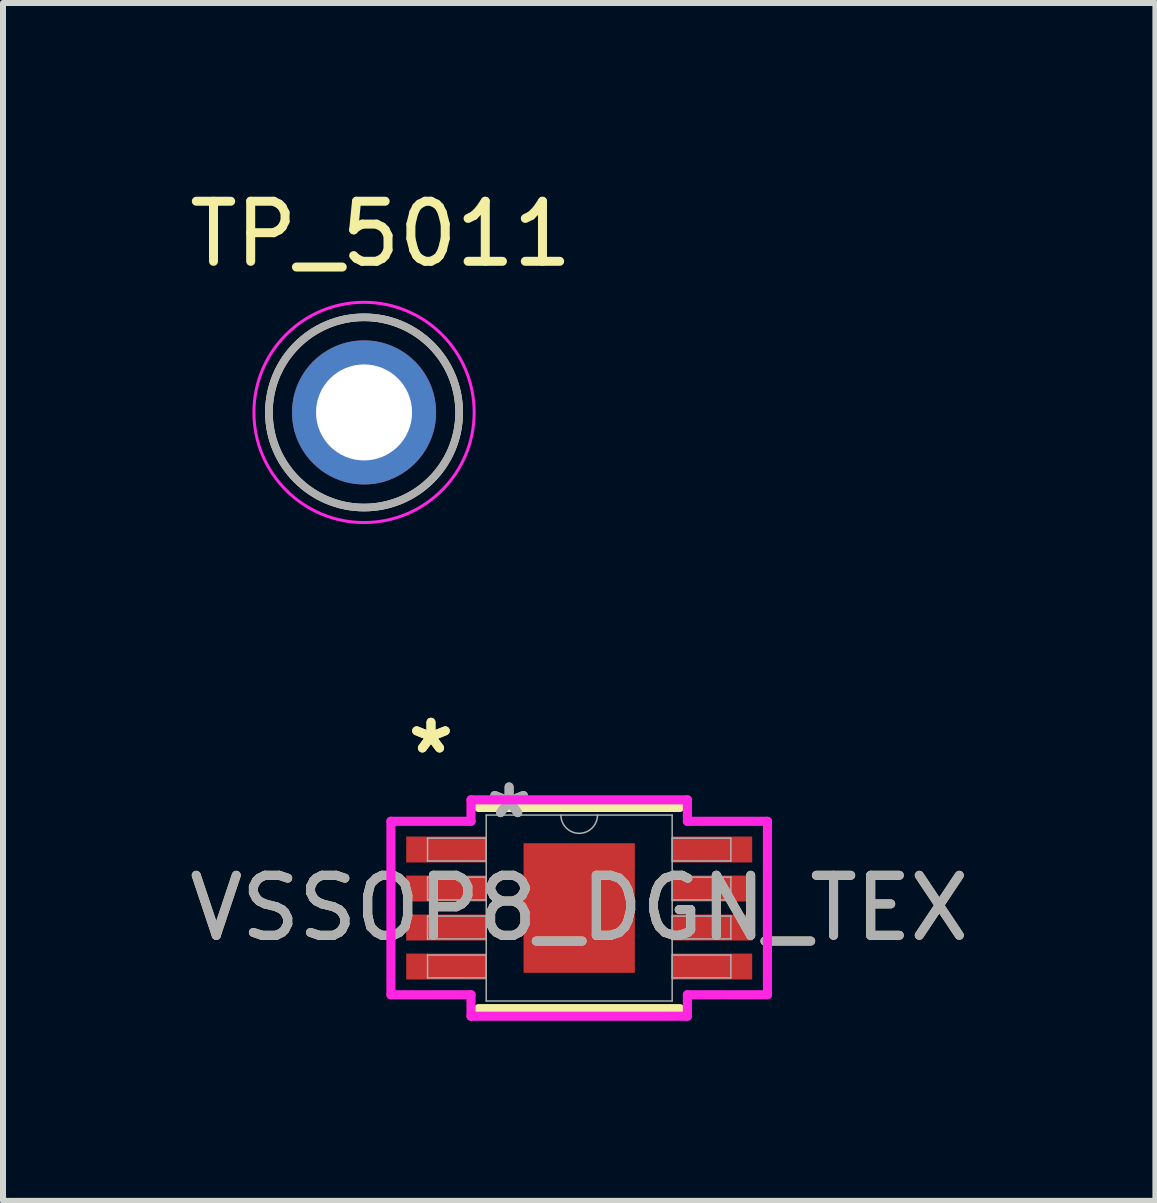
<source format=kicad_pcb>
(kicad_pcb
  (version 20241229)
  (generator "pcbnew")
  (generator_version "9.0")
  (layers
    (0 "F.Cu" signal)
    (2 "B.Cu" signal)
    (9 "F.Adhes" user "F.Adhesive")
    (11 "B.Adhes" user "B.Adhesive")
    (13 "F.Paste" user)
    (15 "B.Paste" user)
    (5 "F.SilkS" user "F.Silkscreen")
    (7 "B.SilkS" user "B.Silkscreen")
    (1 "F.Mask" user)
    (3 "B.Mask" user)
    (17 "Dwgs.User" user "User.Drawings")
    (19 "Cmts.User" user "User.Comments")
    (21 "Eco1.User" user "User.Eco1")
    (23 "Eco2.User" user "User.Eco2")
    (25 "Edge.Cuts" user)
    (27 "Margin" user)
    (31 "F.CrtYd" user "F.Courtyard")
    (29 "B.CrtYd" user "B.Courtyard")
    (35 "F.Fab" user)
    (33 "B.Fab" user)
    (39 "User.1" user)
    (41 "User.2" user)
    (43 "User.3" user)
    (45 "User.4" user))
  (footprint "TP_5011"
    (layer "F.Cu")
    (at 3.016 3.822)
    (property "Reference" "TP_5011" (at 0.28 -2.973 0) (layer "F.SilkS") (effects (font (size 1.001 1.001) (thickness 0.15))))
    (attr through_hole)
    (fp_circle (center 0 0) (end 1.585 0) (stroke (width 0.127) (type solid)) (fill no) (layer "F.SilkS"))
    (fp_circle (center 0 0) (end 1.835 0) (stroke (width 0.05) (type solid)) (fill no) (layer "F.CrtYd"))
    (fp_circle (center 0 0) (end 1.585 0) (stroke (width 0.127) (type solid)) (fill no) (layer "F.Fab"))
    (pad "1" thru_hole circle (at 0 0) (size 2.4 2.4) (drill 1.6) (layers "*.Cu" "*.Mask")))
  (footprint "VSSOP8_DGN_TEX"
    (layer "F.Cu")
    (at 6.601 12.08)
    (property "Reference" "VSSOP8_DGN_TEX" (at 0 0 0) (unlocked yes) (layer "F.SilkS") (effects (font (size 1 1) (thickness 0.15))))
    (attr smd)
    (fp_line (start -1.676 1.676) (end 1.676 1.676) (stroke (width 0.152) (type solid)) (layer "F.SilkS"))
    (fp_line (start 1.676 -1.676) (end -1.676 -1.676) (stroke (width 0.152) (type solid)) (layer "F.SilkS"))
    (fp_line (start -3.137 -1.445) (end -1.803 -1.445) (stroke (width 0.152) (type solid)) (layer "F.CrtYd"))
    (fp_line (start -3.137 1.445) (end -3.137 -1.445) (stroke (width 0.152) (type solid)) (layer "F.CrtYd"))
    (fp_line (start -3.137 1.445) (end -1.803 1.445) (stroke (width 0.152) (type solid)) (layer "F.CrtYd"))
    (fp_line (start -1.803 -1.803) (end 1.803 -1.803) (stroke (width 0.152) (type solid)) (layer "F.CrtYd"))
    (fp_line (start -1.803 -1.445) (end -1.803 -1.803) (stroke (width 0.152) (type solid)) (layer "F.CrtYd"))
    (fp_line (start -1.803 1.803) (end -1.803 1.445) (stroke (width 0.152) (type solid)) (layer "F.CrtYd"))
    (fp_line (start 1.803 -1.803) (end 1.803 -1.445) (stroke (width 0.152) (type solid)) (layer "F.CrtYd"))
    (fp_line (start 1.803 1.445) (end 1.803 1.803) (stroke (width 0.152) (type solid)) (layer "F.CrtYd"))
    (fp_line (start 1.803 1.803) (end -1.803 1.803) (stroke (width 0.152) (type solid)) (layer "F.CrtYd"))
    (fp_line (start 3.137 -1.445) (end 1.803 -1.445) (stroke (width 0.152) (type solid)) (layer "F.CrtYd"))
    (fp_line (start 3.137 -1.445) (end 3.137 1.445) (stroke (width 0.152) (type solid)) (layer "F.CrtYd"))
    (fp_line (start 3.137 1.445) (end 1.803 1.445) (stroke (width 0.152) (type solid)) (layer "F.CrtYd"))
    (fp_line (start -2.527 -1.165) (end -2.527 -0.784) (stroke (width 0.025) (type solid)) (layer "F.Fab"))
    (fp_line (start -2.527 -0.784) (end -1.549 -0.784) (stroke (width 0.025) (type solid)) (layer "F.Fab"))
    (fp_line (start -2.527 -0.515) (end -2.527 -0.134) (stroke (width 0.025) (type solid)) (layer "F.Fab"))
    (fp_line (start -2.527 -0.134) (end -1.549 -0.134) (stroke (width 0.025) (type solid)) (layer "F.Fab"))
    (fp_line (start -2.527 0.134) (end -2.527 0.515) (stroke (width 0.025) (type solid)) (layer "F.Fab"))
    (fp_line (start -2.527 0.515) (end -1.549 0.515) (stroke (width 0.025) (type solid)) (layer "F.Fab"))
    (fp_line (start -2.527 0.784) (end -2.527 1.165) (stroke (width 0.025) (type solid)) (layer "F.Fab"))
    (fp_line (start -2.527 1.165) (end -1.549 1.165) (stroke (width 0.025) (type solid)) (layer "F.Fab"))
    (fp_line (start -1.549 -1.549) (end -1.549 1.549) (stroke (width 0.025) (type solid)) (layer "F.Fab"))
    (fp_line (start -1.549 -1.165) (end -2.527 -1.165) (stroke (width 0.025) (type solid)) (layer "F.Fab"))
    (fp_line (start -1.549 -0.784) (end -1.549 -1.165) (stroke (width 0.025) (type solid)) (layer "F.Fab"))
    (fp_line (start -1.549 -0.515) (end -2.527 -0.515) (stroke (width 0.025) (type solid)) (layer "F.Fab"))
    (fp_line (start -1.549 -0.134) (end -1.549 -0.515) (stroke (width 0.025) (type solid)) (layer "F.Fab"))
    (fp_line (start -1.549 0.134) (end -2.527 0.134) (stroke (width 0.025) (type solid)) (layer "F.Fab"))
    (fp_line (start -1.549 0.515) (end -1.549 0.134) (stroke (width 0.025) (type solid)) (layer "F.Fab"))
    (fp_line (start -1.549 0.784) (end -2.527 0.784) (stroke (width 0.025) (type solid)) (layer "F.Fab"))
    (fp_line (start -1.549 1.165) (end -1.549 0.784) (stroke (width 0.025) (type solid)) (layer "F.Fab"))
    (fp_line (start -1.549 1.549) (end 1.549 1.549) (stroke (width 0.025) (type solid)) (layer "F.Fab"))
    (fp_line (start 1.549 -1.549) (end -1.549 -1.549) (stroke (width 0.025) (type solid)) (layer "F.Fab"))
    (fp_line (start 1.549 -1.165) (end 1.549 -0.784) (stroke (width 0.025) (type solid)) (layer "F.Fab"))
    (fp_line (start 1.549 -0.784) (end 2.527 -0.784) (stroke (width 0.025) (type solid)) (layer "F.Fab"))
    (fp_line (start 1.549 -0.515) (end 1.549 -0.134) (stroke (width 0.025) (type solid)) (layer "F.Fab"))
    (fp_line (start 1.549 -0.134) (end 2.527 -0.134) (stroke (width 0.025) (type solid)) (layer "F.Fab"))
    (fp_line (start 1.549 0.134) (end 1.549 0.515) (stroke (width 0.025) (type solid)) (layer "F.Fab"))
    (fp_line (start 1.549 0.515) (end 2.527 0.515) (stroke (width 0.025) (type solid)) (layer "F.Fab"))
    (fp_line (start 1.549 0.784) (end 1.549 1.165) (stroke (width 0.025) (type solid)) (layer "F.Fab"))
    (fp_line (start 1.549 1.165) (end 2.527 1.165) (stroke (width 0.025) (type solid)) (layer "F.Fab"))
    (fp_line (start 1.549 1.549) (end 1.549 -1.549) (stroke (width 0.025) (type solid)) (layer "F.Fab"))
    (fp_line (start 2.527 -1.165) (end 1.549 -1.165) (stroke (width 0.025) (type solid)) (layer "F.Fab"))
    (fp_line (start 2.527 -0.784) (end 2.527 -1.165) (stroke (width 0.025) (type solid)) (layer "F.Fab"))
    (fp_line (start 2.527 -0.515) (end 1.549 -0.515) (stroke (width 0.025) (type solid)) (layer "F.Fab"))
    (fp_line (start 2.527 -0.134) (end 2.527 -0.515) (stroke (width 0.025) (type solid)) (layer "F.Fab"))
    (fp_line (start 2.527 0.134) (end 1.549 0.134) (stroke (width 0.025) (type solid)) (layer "F.Fab"))
    (fp_line (start 2.527 0.515) (end 2.527 0.134) (stroke (width 0.025) (type solid)) (layer "F.Fab"))
    (fp_line (start 2.527 0.784) (end 1.549 0.784) (stroke (width 0.025) (type solid)) (layer "F.Fab"))
    (fp_line (start 2.527 1.165) (end 2.527 0.784) (stroke (width 0.025) (type solid)) (layer "F.Fab"))
    (fp_arc (start 0.3048 -1.5494) (mid 0 -1.2446) (end -0.3048 -1.5494) (stroke (width 0.0254) (type solid)) (layer "F.Fab"))
    (fp_text user "*" (at -2.47 -2.55 0) (unlocked yes) (layer "F.SilkS") (effects (font (size 1 1) (thickness 0.15))))
    (fp_text user "*" (at -2.47 -2.55 0) (layer "F.SilkS") (effects (font (size 1 1) (thickness 0.15))))
    (fp_text user "${REFERENCE}" (at 0 0 0) (unlocked yes) (layer "F.Fab") (effects (font (size 1 1) (thickness 0.15))))
    (fp_text user "*" (at -1.168 -1.473 0) (unlocked yes) (layer "F.Fab") (effects (font (size 1 1) (thickness 0.15))))
    (fp_text user "*" (at -1.168 -1.473 0) (layer "F.Fab") (effects (font (size 1 1) (thickness 0.15))))
    (pad "1" smd rect (at -2.216 -0.975) (size 1.333 0.432) (layers "F.Cu" "F.Mask" "F.Paste"))
    (pad "2" smd rect (at -2.216 -0.325) (size 1.333 0.432) (layers "F.Cu" "F.Mask" "F.Paste"))
    (pad "3" smd rect (at -2.216 0.325) (size 1.333 0.432) (layers "F.Cu" "F.Mask" "F.Paste"))
    (pad "4" smd rect (at -2.216 0.975) (size 1.333 0.432) (layers "F.Cu" "F.Mask" "F.Paste"))
    (pad "5" smd rect (at 2.216 0.975) (size 1.333 0.432) (layers "F.Cu" "F.Mask" "F.Paste"))
    (pad "6" smd rect (at 2.216 0.325) (size 1.333 0.432) (layers "F.Cu" "F.Mask" "F.Paste"))
    (pad "7" smd rect (at 2.216 -0.325) (size 1.333 0.432) (layers "F.Cu" "F.Mask" "F.Paste"))
    (pad "8" smd rect (at 2.216 -0.975) (size 1.333 0.432) (layers "F.Cu" "F.Mask" "F.Paste"))
    (pad "EPAD" smd rect (at 0 0) (size 1.854 2.159) (layers "F.Cu" "F.Mask" "F.Paste")))
  (gr_rect
    (start -3 -3)
    (end 16.202 16.96)
    (stroke (width 0.1) (type default))
    (fill no)
    (layer "Edge.Cuts")))
</source>
